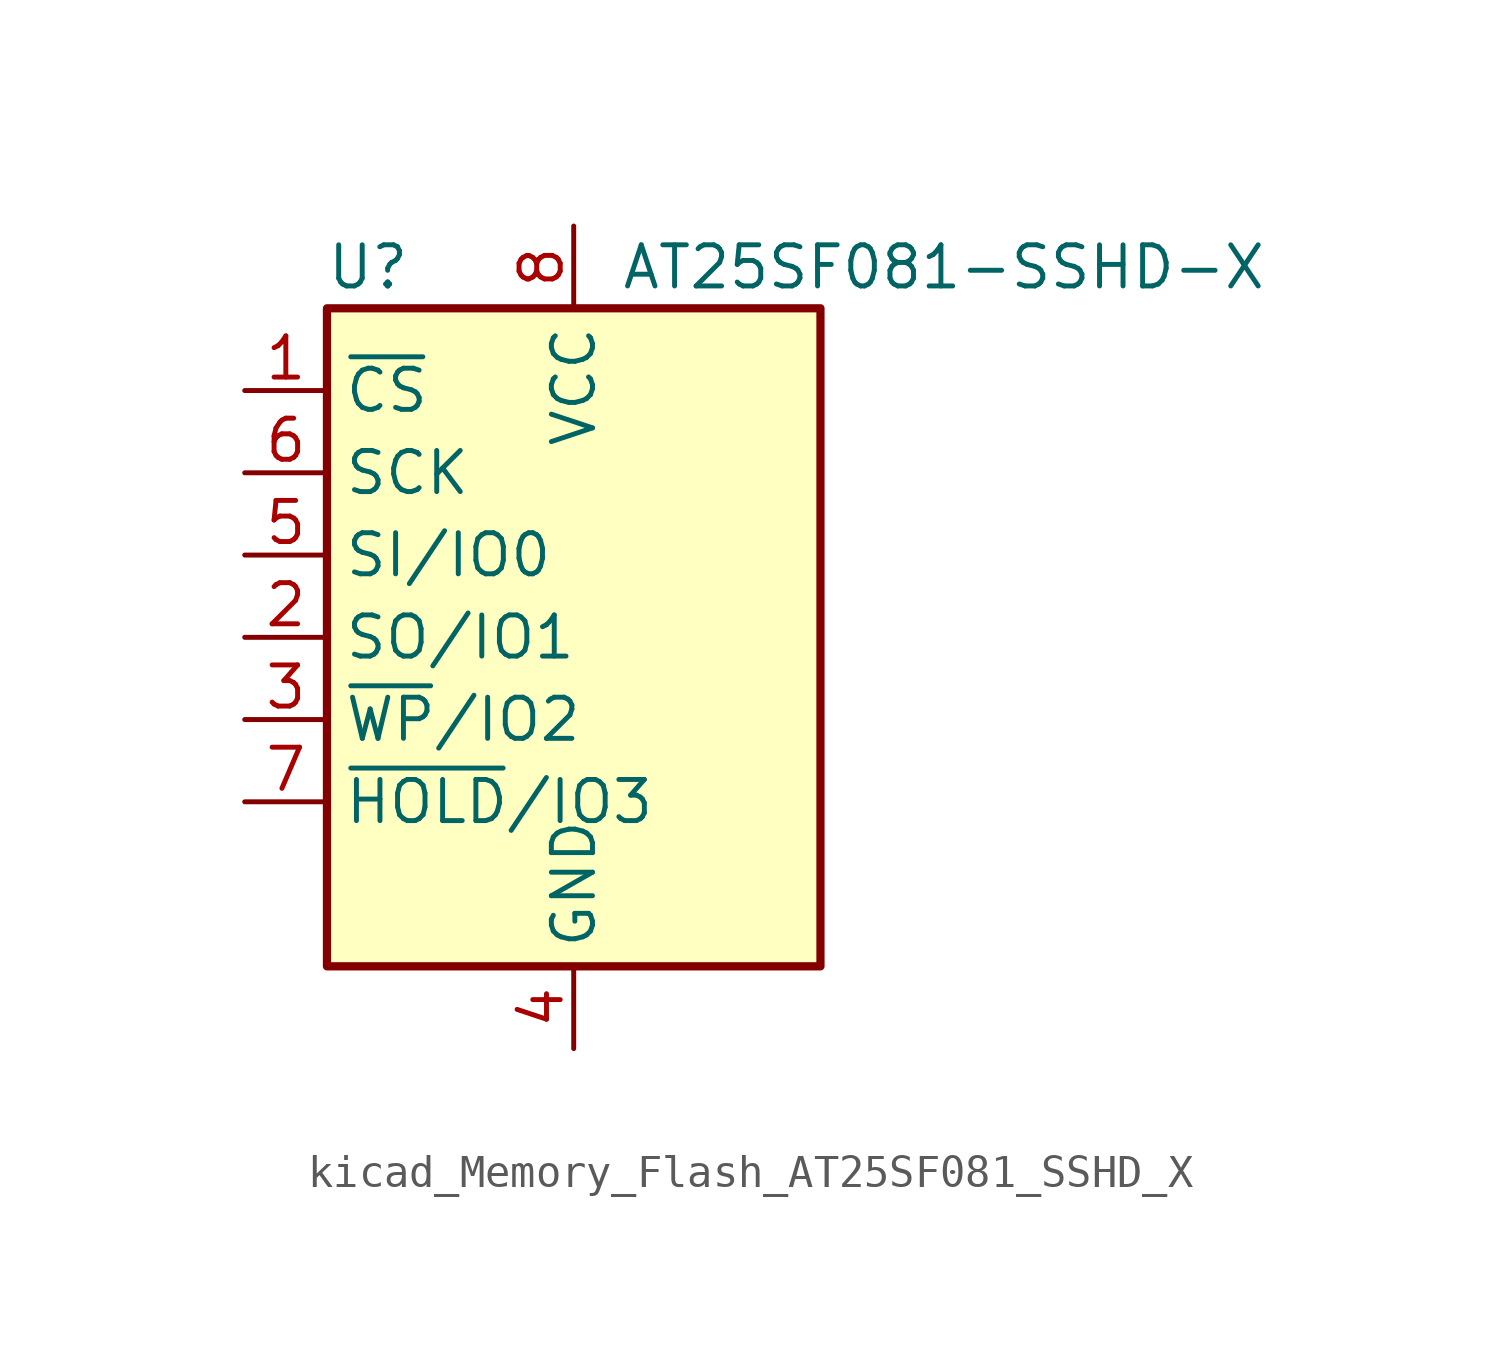
<source format=kicad_sym>
(kicad_symbol_lib
  (version 20220914)
  (generator kicad_symbol_editor)
  (symbol "kicad_Memory_Flash_AT25SF081_SSHD_X"
    (property "Reference" "U"
      (at -6.35 11.43 0)
      (effects (font (size 1.27 1.27))))
    (property "Value" "AT25SF081-SSHD-X"
      (at 11.43 11.43 0)
      (effects (font (size 1.27 1.27))))
    (symbol "kicad_Memory_Flash_AT25SF081_SSHD_X_0_1"
      (rectangle (start -7.62 10.16) (end 7.62 -10.16) (stroke (width 0.254) (type default)) (fill (type background))))
    (symbol "kicad_Memory_Flash_AT25SF081_SSHD_X_1_1"
      (pin input line (at -10.16 7.62 0) (length 2.54) (name "~{CS}" (effects (font (size 1.27 1.27)))) (number "1" (effects (font (size 1.27 1.27)))))
      (pin bidirectional line (at -10.16 0 0) (length 2.54) (name "SO/IO1" (effects (font (size 1.27 1.27)))) (number "2" (effects (font (size 1.27 1.27)))))
      (pin bidirectional line (at -10.16 -2.54 0) (length 2.54) (name "~{WP}/IO2" (effects (font (size 1.27 1.27)))) (number "3" (effects (font (size 1.27 1.27)))))
      (pin power_in line (at 0 -12.7 90) (length 2.54) (name "GND" (effects (font (size 1.27 1.27)))) (number "4" (effects (font (size 1.27 1.27)))))
      (pin bidirectional line (at -10.16 2.54 0) (length 2.54) (name "SI/IO0" (effects (font (size 1.27 1.27)))) (number "5" (effects (font (size 1.27 1.27)))))
      (pin input line (at -10.16 5.08 0) (length 2.54) (name "SCK" (effects (font (size 1.27 1.27)))) (number "6" (effects (font (size 1.27 1.27)))))
      (pin bidirectional line (at -10.16 -5.08 0) (length 2.54) (name "~{HOLD}/IO3" (effects (font (size 1.27 1.27)))) (number "7" (effects (font (size 1.27 1.27)))))
      (pin power_in line (at 0 12.7 270) (length 2.54) (name "VCC" (effects (font (size 1.27 1.27)))) (number "8" (effects (font (size 1.27 1.27))))))))
</source>
